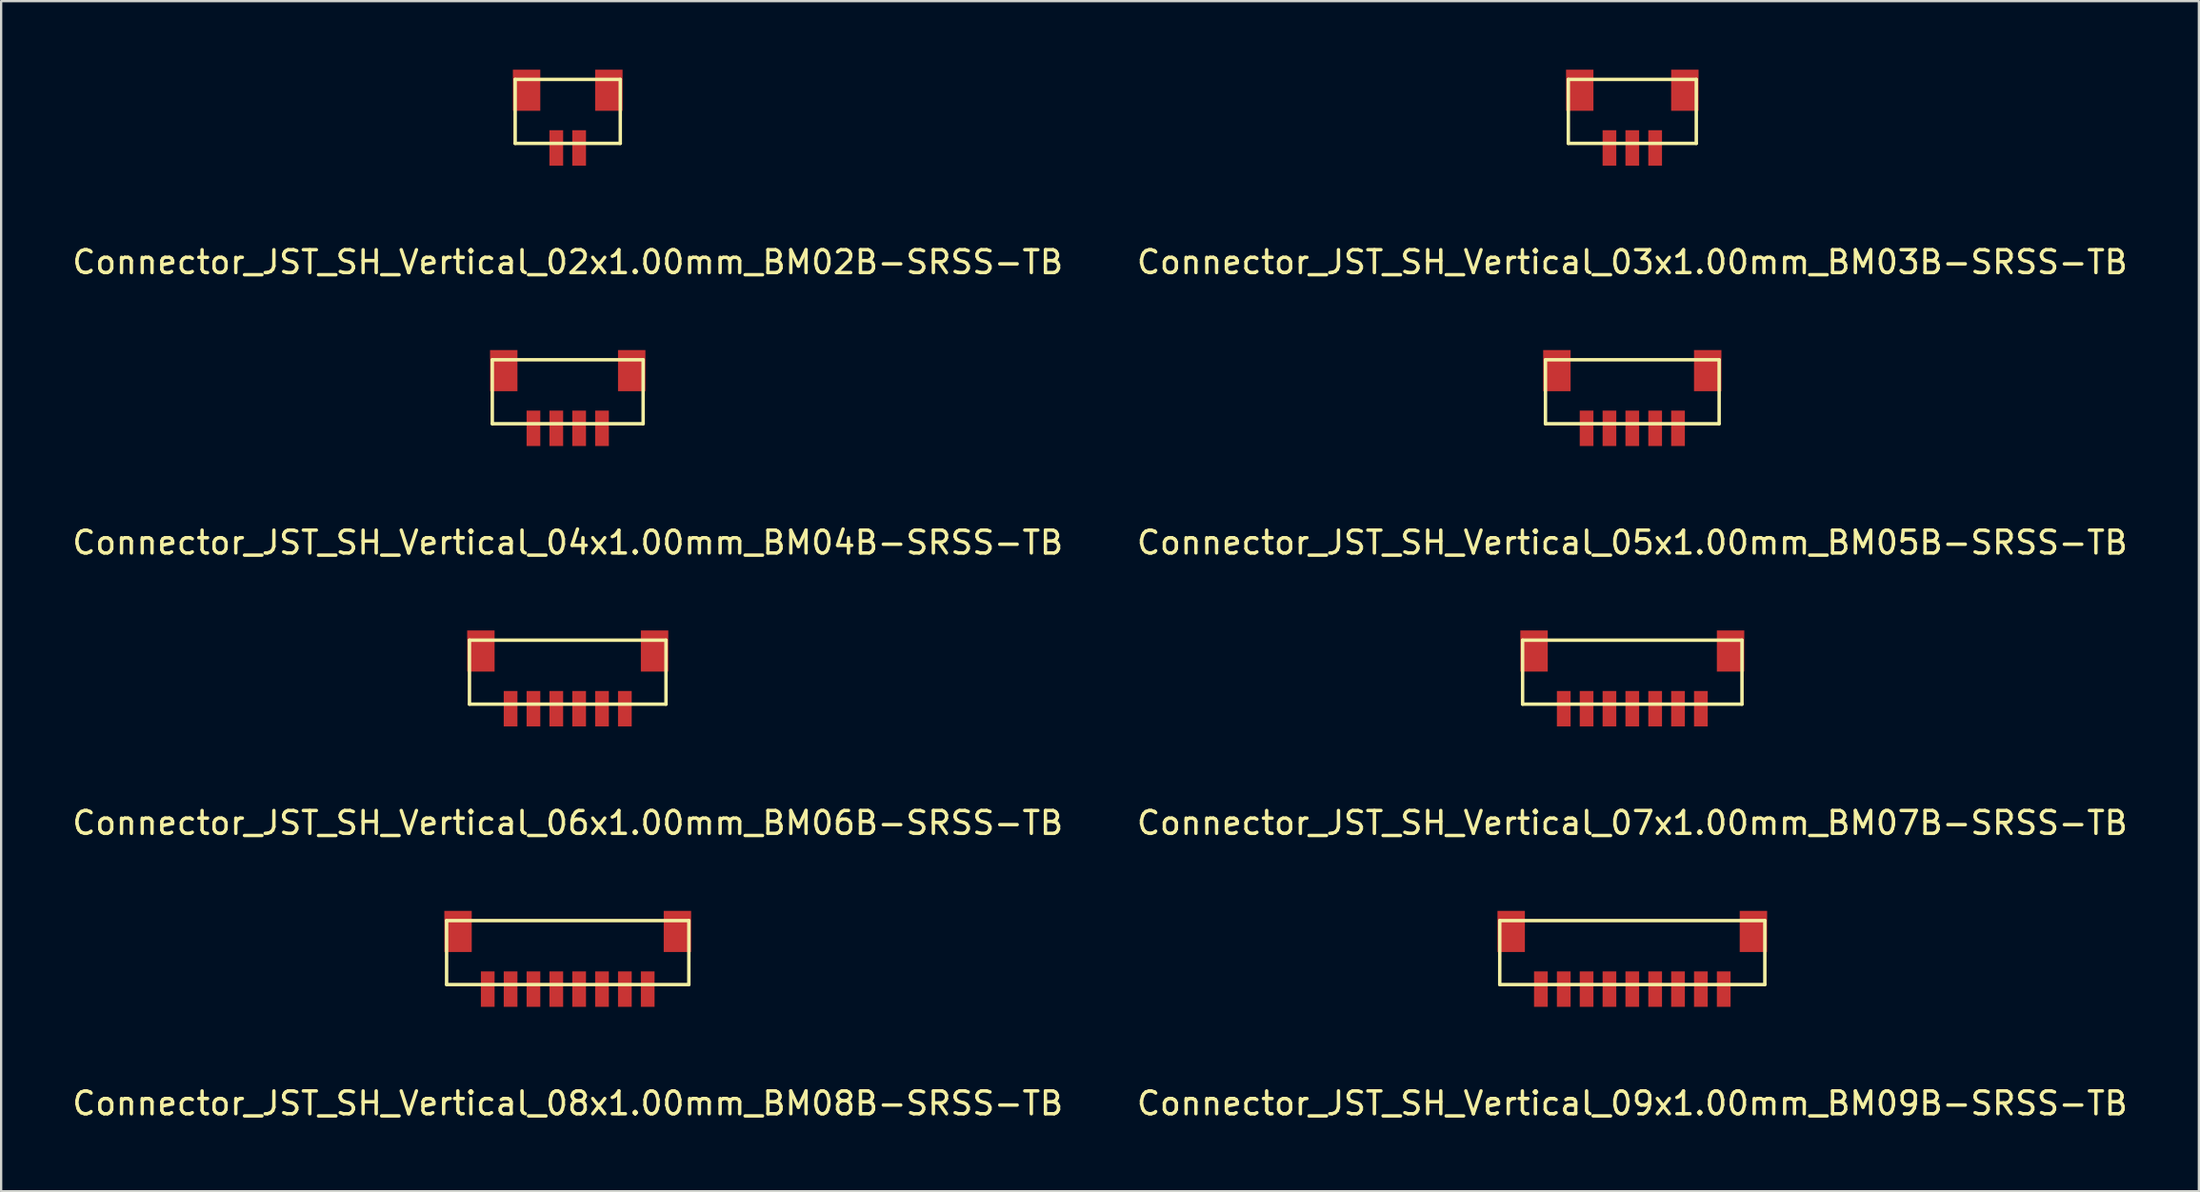
<source format=kicad_pcb>
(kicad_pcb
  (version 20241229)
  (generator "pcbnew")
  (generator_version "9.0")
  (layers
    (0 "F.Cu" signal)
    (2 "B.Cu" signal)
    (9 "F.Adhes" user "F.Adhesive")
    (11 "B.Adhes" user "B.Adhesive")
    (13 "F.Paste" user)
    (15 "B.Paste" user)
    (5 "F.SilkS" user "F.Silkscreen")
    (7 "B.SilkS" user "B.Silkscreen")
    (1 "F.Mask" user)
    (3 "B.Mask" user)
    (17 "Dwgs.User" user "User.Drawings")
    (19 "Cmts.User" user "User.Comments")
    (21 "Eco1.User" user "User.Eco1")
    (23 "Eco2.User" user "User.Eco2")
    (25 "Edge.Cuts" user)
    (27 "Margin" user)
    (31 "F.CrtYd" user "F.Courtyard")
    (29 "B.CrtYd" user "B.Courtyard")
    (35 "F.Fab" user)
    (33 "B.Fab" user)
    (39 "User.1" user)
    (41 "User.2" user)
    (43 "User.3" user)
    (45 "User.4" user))
  (footprint "Connector_JST_SH_Vertical_05x1.00mm_BM05B-SRSS-TB"
    (layer "F.Cu")
    (at 68.375 15.698)
    (property "Reference" "Connector_JST_SH_Vertical_05x1.00mm_BM05B-SRSS-TB" (at 0 5 0) (layer "F.SilkS") (effects (font (size 1 1) (thickness 0.15))))
    (attr smd)
    (fp_line (start -3.8 -3) (end -3.8 -0.2) (stroke (width 0.15) (type solid)) (layer "F.SilkS"))
    (fp_line (start -3.8 -3) (end 3.8 -3) (stroke (width 0.15) (type solid)) (layer "F.SilkS"))
    (fp_line (start -3.8 -0.2) (end 3.8 -0.2) (stroke (width 0.15) (type solid)) (layer "F.SilkS"))
    (fp_line (start 3.8 -3) (end 3.8 -0.2) (stroke (width 0.15) (type solid)) (layer "F.SilkS"))
    (pad "1" smd rect (at -2 0) (size 0.6 1.55) (layers "F.Cu" "F.Mask" "F.Paste"))
    (pad "2" smd rect (at -1 0) (size 0.6 1.55) (layers "F.Cu" "F.Mask" "F.Paste"))
    (pad "3" smd rect (at 0 0) (size 0.6 1.55) (layers "F.Cu" "F.Mask" "F.Paste"))
    (pad "4" smd rect (at 1 0) (size 0.6 1.55) (layers "F.Cu" "F.Mask" "F.Paste"))
    (pad "5" smd rect (at 2 0) (size 0.6 1.55) (layers "F.Cu" "F.Mask" "F.Paste"))
    (pad "6" smd rect (at -3.3 -2.525) (size 1.2 1.8) (layers "F.Cu" "F.Mask" "F.Paste"))
    (pad "6" smd rect (at 3.3 -2.525) (size 1.2 1.8) (layers "F.Cu" "F.Mask" "F.Paste")))
  (footprint "Connector_JST_SH_Vertical_03x1.00mm_BM03B-SRSS-TB"
    (layer "F.Cu")
    (at 68.375 3.425)
    (property "Reference" "Connector_JST_SH_Vertical_03x1.00mm_BM03B-SRSS-TB" (at 0 5 0) (layer "F.SilkS") (effects (font (size 1 1) (thickness 0.15))))
    (attr smd)
    (fp_line (start -2.8 -3) (end -2.8 -0.2) (stroke (width 0.15) (type solid)) (layer "F.SilkS"))
    (fp_line (start -2.8 -3) (end 2.8 -3) (stroke (width 0.15) (type solid)) (layer "F.SilkS"))
    (fp_line (start -2.8 -0.2) (end 2.8 -0.2) (stroke (width 0.15) (type solid)) (layer "F.SilkS"))
    (fp_line (start 2.8 -3) (end 2.8 -0.2) (stroke (width 0.15) (type solid)) (layer "F.SilkS"))
    (pad "1" smd rect (at -1 0) (size 0.6 1.55) (layers "F.Cu" "F.Mask" "F.Paste"))
    (pad "2" smd rect (at 0 0) (size 0.6 1.55) (layers "F.Cu" "F.Mask" "F.Paste"))
    (pad "3" smd rect (at 1 0) (size 0.6 1.55) (layers "F.Cu" "F.Mask" "F.Paste"))
    (pad "4" smd rect (at -2.3 -2.525) (size 1.2 1.8) (layers "F.Cu" "F.Mask" "F.Paste"))
    (pad "4" smd rect (at 2.3 -2.525) (size 1.2 1.8) (layers "F.Cu" "F.Mask" "F.Paste")))
  (footprint "Connector_JST_SH_Vertical_02x1.00mm_BM02B-SRSS-TB"
    (layer "F.Cu")
    (at 21.792 3.425)
    (property "Reference" "Connector_JST_SH_Vertical_02x1.00mm_BM02B-SRSS-TB" (at 0 5 0) (layer "F.SilkS") (effects (font (size 1 1) (thickness 0.15))))
    (attr smd)
    (fp_line (start -2.3 -3) (end -2.3 -0.2) (stroke (width 0.15) (type solid)) (layer "F.SilkS"))
    (fp_line (start -2.3 -3) (end 2.3 -3) (stroke (width 0.15) (type solid)) (layer "F.SilkS"))
    (fp_line (start -2.3 -0.2) (end 2.3 -0.2) (stroke (width 0.15) (type solid)) (layer "F.SilkS"))
    (fp_line (start 2.3 -3) (end 2.3 -0.2) (stroke (width 0.15) (type solid)) (layer "F.SilkS"))
    (pad "1" smd rect (at -0.5 0) (size 0.6 1.55) (layers "F.Cu" "F.Mask" "F.Paste"))
    (pad "2" smd rect (at 0.5 0) (size 0.6 1.55) (layers "F.Cu" "F.Mask" "F.Paste"))
    (pad "3" smd rect (at -1.8 -2.525) (size 1.2 1.8) (layers "F.Cu" "F.Mask" "F.Paste"))
    (pad "3" smd rect (at 1.8 -2.525) (size 1.2 1.8) (layers "F.Cu" "F.Mask" "F.Paste")))
  (footprint "Connector_JST_SH_Vertical_08x1.00mm_BM08B-SRSS-TB"
    (layer "F.Cu")
    (at 21.792 40.245)
    (property "Reference" "Connector_JST_SH_Vertical_08x1.00mm_BM08B-SRSS-TB" (at 0 5 0) (layer "F.SilkS") (effects (font (size 1 1) (thickness 0.15))))
    (attr smd)
    (fp_line (start -5.3 -3) (end -5.3 -0.2) (stroke (width 0.15) (type solid)) (layer "F.SilkS"))
    (fp_line (start -5.3 -3) (end 5.3 -3) (stroke (width 0.15) (type solid)) (layer "F.SilkS"))
    (fp_line (start -5.3 -0.2) (end 5.3 -0.2) (stroke (width 0.15) (type solid)) (layer "F.SilkS"))
    (fp_line (start 5.3 -3) (end 5.3 -0.2) (stroke (width 0.15) (type solid)) (layer "F.SilkS"))
    (pad "1" smd rect (at -3.5 0) (size 0.6 1.55) (layers "F.Cu" "F.Mask" "F.Paste"))
    (pad "2" smd rect (at -2.5 0) (size 0.6 1.55) (layers "F.Cu" "F.Mask" "F.Paste"))
    (pad "3" smd rect (at -1.5 0) (size 0.6 1.55) (layers "F.Cu" "F.Mask" "F.Paste"))
    (pad "4" smd rect (at -0.5 0) (size 0.6 1.55) (layers "F.Cu" "F.Mask" "F.Paste"))
    (pad "5" smd rect (at 0.5 0) (size 0.6 1.55) (layers "F.Cu" "F.Mask" "F.Paste"))
    (pad "6" smd rect (at 1.5 0) (size 0.6 1.55) (layers "F.Cu" "F.Mask" "F.Paste"))
    (pad "7" smd rect (at 2.5 0) (size 0.6 1.55) (layers "F.Cu" "F.Mask" "F.Paste"))
    (pad "8" smd rect (at 3.5 0) (size 0.6 1.55) (layers "F.Cu" "F.Mask" "F.Paste"))
    (pad "9" smd rect (at -4.8 -2.525) (size 1.2 1.8) (layers "F.Cu" "F.Mask" "F.Paste"))
    (pad "9" smd rect (at 4.8 -2.525) (size 1.2 1.8) (layers "F.Cu" "F.Mask" "F.Paste")))
  (footprint "Connector_JST_SH_Vertical_04x1.00mm_BM04B-SRSS-TB"
    (layer "F.Cu")
    (at 21.792 15.698)
    (property "Reference" "Connector_JST_SH_Vertical_04x1.00mm_BM04B-SRSS-TB" (at 0 5 0) (layer "F.SilkS") (effects (font (size 1 1) (thickness 0.15))))
    (attr smd)
    (fp_line (start -3.3 -3) (end -3.3 -0.2) (stroke (width 0.15) (type solid)) (layer "F.SilkS"))
    (fp_line (start -3.3 -3) (end 3.3 -3) (stroke (width 0.15) (type solid)) (layer "F.SilkS"))
    (fp_line (start -3.3 -0.2) (end 3.3 -0.2) (stroke (width 0.15) (type solid)) (layer "F.SilkS"))
    (fp_line (start 3.3 -3) (end 3.3 -0.2) (stroke (width 0.15) (type solid)) (layer "F.SilkS"))
    (pad "1" smd rect (at -1.5 0) (size 0.6 1.55) (layers "F.Cu" "F.Mask" "F.Paste"))
    (pad "2" smd rect (at -0.5 0) (size 0.6 1.55) (layers "F.Cu" "F.Mask" "F.Paste"))
    (pad "3" smd rect (at 0.5 0) (size 0.6 1.55) (layers "F.Cu" "F.Mask" "F.Paste"))
    (pad "4" smd rect (at 1.5 0) (size 0.6 1.55) (layers "F.Cu" "F.Mask" "F.Paste"))
    (pad "5" smd rect (at -2.8 -2.525) (size 1.2 1.8) (layers "F.Cu" "F.Mask" "F.Paste"))
    (pad "5" smd rect (at 2.8 -2.525) (size 1.2 1.8) (layers "F.Cu" "F.Mask" "F.Paste")))
  (footprint "Connector_JST_SH_Vertical_09x1.00mm_BM09B-SRSS-TB"
    (layer "F.Cu")
    (at 68.375 40.245)
    (property "Reference" "Connector_JST_SH_Vertical_09x1.00mm_BM09B-SRSS-TB" (at 0 5 0) (layer "F.SilkS") (effects (font (size 1 1) (thickness 0.15))))
    (attr smd)
    (fp_line (start -5.8 -3) (end -5.8 -0.2) (stroke (width 0.15) (type solid)) (layer "F.SilkS"))
    (fp_line (start -5.8 -3) (end 5.8 -3) (stroke (width 0.15) (type solid)) (layer "F.SilkS"))
    (fp_line (start -5.8 -0.2) (end 5.8 -0.2) (stroke (width 0.15) (type solid)) (layer "F.SilkS"))
    (fp_line (start 5.8 -3) (end 5.8 -0.2) (stroke (width 0.15) (type solid)) (layer "F.SilkS"))
    (pad "1" smd rect (at -4 0) (size 0.6 1.55) (layers "F.Cu" "F.Mask" "F.Paste"))
    (pad "2" smd rect (at -3 0) (size 0.6 1.55) (layers "F.Cu" "F.Mask" "F.Paste"))
    (pad "3" smd rect (at -2 0) (size 0.6 1.55) (layers "F.Cu" "F.Mask" "F.Paste"))
    (pad "4" smd rect (at -1 0) (size 0.6 1.55) (layers "F.Cu" "F.Mask" "F.Paste"))
    (pad "5" smd rect (at 0 0) (size 0.6 1.55) (layers "F.Cu" "F.Mask" "F.Paste"))
    (pad "6" smd rect (at 1 0) (size 0.6 1.55) (layers "F.Cu" "F.Mask" "F.Paste"))
    (pad "7" smd rect (at 2 0) (size 0.6 1.55) (layers "F.Cu" "F.Mask" "F.Paste"))
    (pad "8" smd rect (at 3 0) (size 0.6 1.55) (layers "F.Cu" "F.Mask" "F.Paste"))
    (pad "9" smd rect (at 4 0) (size 0.6 1.55) (layers "F.Cu" "F.Mask" "F.Paste"))
    (pad "10" smd rect (at -5.3 -2.525) (size 1.2 1.8) (layers "F.Cu" "F.Mask" "F.Paste"))
    (pad "10" smd rect (at 5.3 -2.525) (size 1.2 1.8) (layers "F.Cu" "F.Mask" "F.Paste")))
  (footprint "Connector_JST_SH_Vertical_07x1.00mm_BM07B-SRSS-TB"
    (layer "F.Cu")
    (at 68.375 27.971)
    (property "Reference" "Connector_JST_SH_Vertical_07x1.00mm_BM07B-SRSS-TB" (at 0 5 0) (layer "F.SilkS") (effects (font (size 1 1) (thickness 0.15))))
    (attr smd)
    (fp_line (start -4.8 -3) (end -4.8 -0.2) (stroke (width 0.15) (type solid)) (layer "F.SilkS"))
    (fp_line (start -4.8 -3) (end 4.8 -3) (stroke (width 0.15) (type solid)) (layer "F.SilkS"))
    (fp_line (start -4.8 -0.2) (end 4.8 -0.2) (stroke (width 0.15) (type solid)) (layer "F.SilkS"))
    (fp_line (start 4.8 -3) (end 4.8 -0.2) (stroke (width 0.15) (type solid)) (layer "F.SilkS"))
    (pad "1" smd rect (at -3 0) (size 0.6 1.55) (layers "F.Cu" "F.Mask" "F.Paste"))
    (pad "2" smd rect (at -2 0) (size 0.6 1.55) (layers "F.Cu" "F.Mask" "F.Paste"))
    (pad "3" smd rect (at -1 0) (size 0.6 1.55) (layers "F.Cu" "F.Mask" "F.Paste"))
    (pad "4" smd rect (at 0 0) (size 0.6 1.55) (layers "F.Cu" "F.Mask" "F.Paste"))
    (pad "5" smd rect (at 1 0) (size 0.6 1.55) (layers "F.Cu" "F.Mask" "F.Paste"))
    (pad "6" smd rect (at 2 0) (size 0.6 1.55) (layers "F.Cu" "F.Mask" "F.Paste"))
    (pad "7" smd rect (at 3 0) (size 0.6 1.55) (layers "F.Cu" "F.Mask" "F.Paste"))
    (pad "8" smd rect (at -4.3 -2.525) (size 1.2 1.8) (layers "F.Cu" "F.Mask" "F.Paste"))
    (pad "8" smd rect (at 4.3 -2.525) (size 1.2 1.8) (layers "F.Cu" "F.Mask" "F.Paste")))
  (footprint "Connector_JST_SH_Vertical_06x1.00mm_BM06B-SRSS-TB"
    (layer "F.Cu")
    (at 21.792 27.971)
    (property "Reference" "Connector_JST_SH_Vertical_06x1.00mm_BM06B-SRSS-TB" (at 0 5 0) (layer "F.SilkS") (effects (font (size 1 1) (thickness 0.15))))
    (attr smd)
    (fp_line (start -4.3 -3) (end -4.3 -0.2) (stroke (width 0.15) (type solid)) (layer "F.SilkS"))
    (fp_line (start -4.3 -3) (end 4.3 -3) (stroke (width 0.15) (type solid)) (layer "F.SilkS"))
    (fp_line (start -4.3 -0.2) (end 4.3 -0.2) (stroke (width 0.15) (type solid)) (layer "F.SilkS"))
    (fp_line (start 4.3 -3) (end 4.3 -0.2) (stroke (width 0.15) (type solid)) (layer "F.SilkS"))
    (pad "1" smd rect (at -2.5 0) (size 0.6 1.55) (layers "F.Cu" "F.Mask" "F.Paste"))
    (pad "2" smd rect (at -1.5 0) (size 0.6 1.55) (layers "F.Cu" "F.Mask" "F.Paste"))
    (pad "3" smd rect (at -0.5 0) (size 0.6 1.55) (layers "F.Cu" "F.Mask" "F.Paste"))
    (pad "4" smd rect (at 0.5 0) (size 0.6 1.55) (layers "F.Cu" "F.Mask" "F.Paste"))
    (pad "5" smd rect (at 1.5 0) (size 0.6 1.55) (layers "F.Cu" "F.Mask" "F.Paste"))
    (pad "6" smd rect (at 2.5 0) (size 0.6 1.55) (layers "F.Cu" "F.Mask" "F.Paste"))
    (pad "7" smd rect (at -3.8 -2.525) (size 1.2 1.8) (layers "F.Cu" "F.Mask" "F.Paste"))
    (pad "7" smd rect (at 3.8 -2.525) (size 1.2 1.8) (layers "F.Cu" "F.Mask" "F.Paste")))
  (gr_rect
    (start -3 -3)
    (end 93.167 49.093)
    (stroke (width 0.1) (type default))
    (fill no)
    (layer "Edge.Cuts")))
</source>
